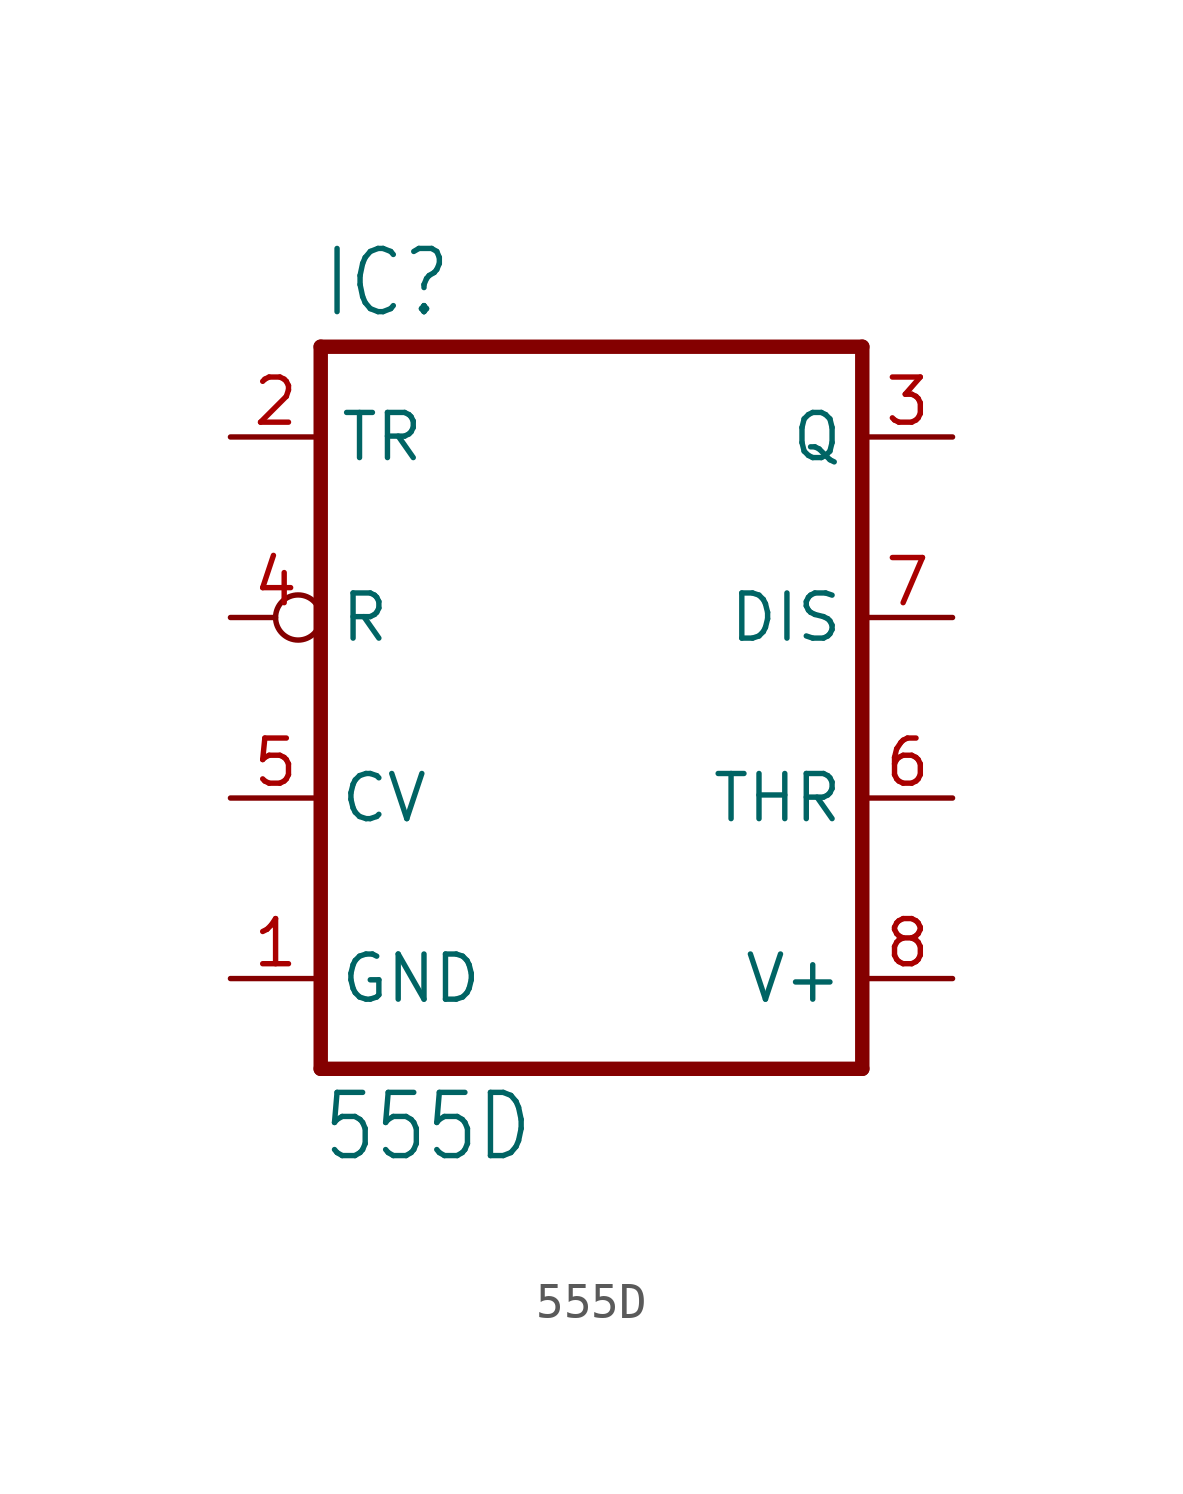
<source format=kicad_sym>
(kicad_symbol_lib
  (version 20211014)
  (generator kicad_symbol_editor)
  (symbol "555D"
    (property "Reference" "IC"
      (at -7.62 10.922 0)
      (effects (font (size 1.778 1.511)) (justify left bottom)))
    (property "Value" "555D"
      (at -7.62 -12.827 0)
      (effects (font (size 1.778 1.511)) (justify left bottom)))
    (property "ki_locked" ""
      (at 0 0 0)
      (effects (font (size 1.27 1.27))))
    (symbol "555D_1_0"
      (polyline (pts (xy -7.62 -10.16) (xy 7.62 -10.16)) (stroke (width 0.406) (type default) (color 0 0 0 0)) (fill (type none)))
      (polyline (pts (xy -7.62 10.16) (xy -7.62 -10.16)) (stroke (width 0.406) (type default) (color 0 0 0 0)) (fill (type none)))
      (polyline (pts (xy 7.62 -10.16) (xy 7.62 10.16)) (stroke (width 0.406) (type default) (color 0 0 0 0)) (fill (type none)))
      (polyline (pts (xy 7.62 10.16) (xy -7.62 10.16)) (stroke (width 0.406) (type default) (color 0 0 0 0)) (fill (type none)))
      (pin power_in line (at -10.16 -7.62 0) (length 2.54) (name "GND" (effects (font (size 1.27 1.27)))) (number "1" (effects (font (size 1.27 1.27)))))
      (pin input line (at -10.16 7.62 0) (length 2.54) (name "TR" (effects (font (size 1.27 1.27)))) (number "2" (effects (font (size 1.27 1.27)))))
      (pin output line (at 10.16 7.62 180) (length 2.54) (name "Q" (effects (font (size 1.27 1.27)))) (number "3" (effects (font (size 1.27 1.27)))))
      (pin input inverted (at -10.16 2.54 0) (length 2.54) (name "R" (effects (font (size 1.27 1.27)))) (number "4" (effects (font (size 1.27 1.27)))))
      (pin input line (at -10.16 -2.54 0) (length 2.54) (name "CV" (effects (font (size 1.27 1.27)))) (number "5" (effects (font (size 1.27 1.27)))))
      (pin input line (at 10.16 -2.54 180) (length 2.54) (name "THR" (effects (font (size 1.27 1.27)))) (number "6" (effects (font (size 1.27 1.27)))))
      (pin input line (at 10.16 2.54 180) (length 2.54) (name "DIS" (effects (font (size 1.27 1.27)))) (number "7" (effects (font (size 1.27 1.27)))))
      (pin power_in line (at 10.16 -7.62 180) (length 2.54) (name "V+" (effects (font (size 1.27 1.27)))) (number "8" (effects (font (size 1.27 1.27))))))))
</source>
